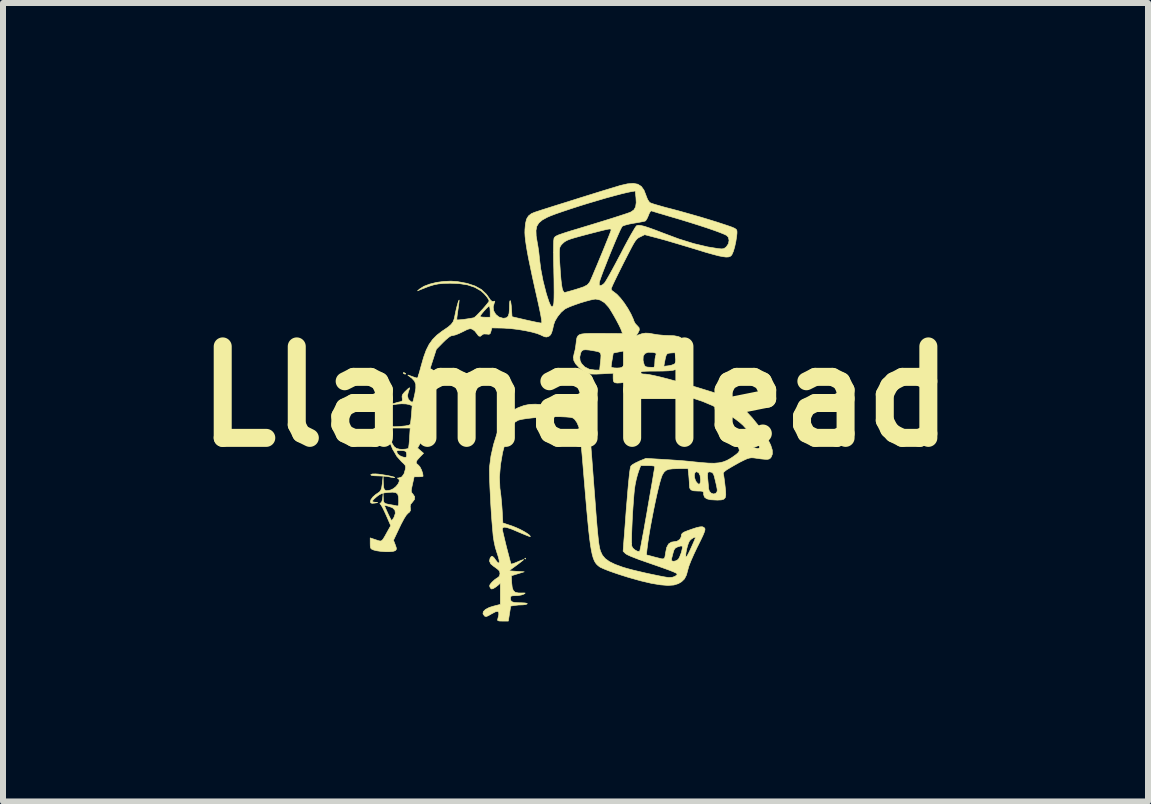
<source format=kicad_pcb>
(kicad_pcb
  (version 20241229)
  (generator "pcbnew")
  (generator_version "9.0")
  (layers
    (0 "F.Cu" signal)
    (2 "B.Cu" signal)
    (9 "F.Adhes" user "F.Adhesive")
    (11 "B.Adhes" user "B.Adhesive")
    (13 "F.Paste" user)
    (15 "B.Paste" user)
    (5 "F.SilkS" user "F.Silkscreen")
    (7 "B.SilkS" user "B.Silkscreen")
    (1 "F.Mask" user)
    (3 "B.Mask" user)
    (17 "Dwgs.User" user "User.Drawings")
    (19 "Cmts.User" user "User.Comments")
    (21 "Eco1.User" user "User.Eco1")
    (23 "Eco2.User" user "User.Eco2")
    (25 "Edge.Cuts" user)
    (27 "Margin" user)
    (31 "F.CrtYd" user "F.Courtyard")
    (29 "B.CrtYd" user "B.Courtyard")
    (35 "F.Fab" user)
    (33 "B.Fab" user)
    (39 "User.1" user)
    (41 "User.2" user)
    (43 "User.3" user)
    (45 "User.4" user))
  (footprint "LlamaHead"
    (layer "F.Cu")
    (at 6.539 3.556)
    (property "Reference" "LlamaHead" (at 0 0 0) (layer "F.SilkS") (effects (font (size 1.524 1.524) (thickness 0.3))))
    (attr through_hole)
    (fp_poly (pts (xy -3.175 0.185) (xy -3.182 0.189) (xy -3.175 0.181) (xy -3.175 0.185)) (stroke (width 0.01) (type solid)) (fill yes) (layer "F.SilkS"))
    (fp_poly (pts (xy -3.353 0.618) (xy -3.361 0.627) (xy -3.37 0.618) (xy -3.361 0.61) (xy -3.353 0.618)) (stroke (width 0.01) (type solid)) (fill yes) (layer "F.SilkS"))
    (fp_poly (pts (xy -3.319 0.601) (xy -3.327 0.61) (xy -3.336 0.601) (xy -3.327 0.593) (xy -3.319 0.601)) (stroke (width 0.01) (type solid)) (fill yes) (layer "F.SilkS"))
    (fp_poly (pts (xy -0.83 2.701) (xy -0.838 2.709) (xy -0.847 2.701) (xy -0.838 2.692) (xy -0.83 2.701)) (stroke (width 0.01) (type solid)) (fill yes) (layer "F.SilkS"))
    (fp_poly (pts (xy -2.854 -0.396) (xy -2.83 -0.382) (xy -2.834 -0.373) (xy -2.844 -0.373) (xy -2.867 -0.385) (xy -2.87 -0.389) (xy -2.867 -0.399) (xy -2.854 -0.396)) (stroke (width 0.01) (type solid)) (fill yes) (layer "F.SilkS"))
    (fp_poly (pts (xy -3.24 0.566) (xy -3.251 0.576) (xy -3.282 0.59) (xy -3.294 0.592) (xy -3.297 0.585) (xy -3.285 0.576) (xy -3.254 0.561) (xy -3.243 0.559) (xy -3.24 0.566)) (stroke (width 0.01) (type solid)) (fill yes) (layer "F.SilkS"))
    (fp_poly (pts (xy -3.255 0.279) (xy -3.296 0.325) (xy -3.324 0.352) (xy -3.337 0.358) (xy -3.332 0.344) (xy -3.307 0.306) (xy -3.298 0.294) (xy -3.21 0.206) (xy -3.182 0.189) (xy -3.255 0.279)) (stroke (width 0.01) (type solid)) (fill yes) (layer "F.SilkS"))
    (fp_poly (pts (xy -3.287 1.293) (xy -3.234 1.3) (xy -3.175 1.31) (xy -3.117 1.32) (xy -3.066 1.331) (xy -3.029 1.341) (xy -3.012 1.348) (xy -3.021 1.351) (xy -3.023 1.351) (xy -3.064 1.347) (xy -3.107 1.338) (xy -3.149 1.331) (xy -3.212 1.326) (xy -3.283 1.323) (xy -3.29 1.323) (xy -3.361 1.32) (xy -3.401 1.314) (xy -3.412 1.304) (xy -3.411 1.302) (xy -3.387 1.291) (xy -3.332 1.29) (xy -3.287 1.293)) (stroke (width 0.01) (type solid)) (fill yes) (layer "F.SilkS"))
    (fp_poly (pts (xy 1.037 -3.537) (xy 1.096 -3.5) (xy 1.14 -3.439) (xy 1.174 -3.352) (xy 1.175 -3.348) (xy 1.201 -3.282) (xy 1.231 -3.238) (xy 1.24 -3.23) (xy 1.268 -3.218) (xy 1.323 -3.2) (xy 1.4 -3.178) (xy 1.491 -3.152) (xy 1.592 -3.126) (xy 1.592 -3.126) (xy 1.706 -3.096) (xy 1.831 -3.061) (xy 1.962 -3.024) (xy 2.094 -2.986) (xy 2.222 -2.947) (xy 2.342 -2.91) (xy 2.449 -2.875) (xy 2.54 -2.845) (xy 2.608 -2.821) (xy 2.649 -2.803) (xy 2.656 -2.799) (xy 2.679 -2.782) (xy 2.689 -2.76) (xy 2.69 -2.724) (xy 2.685 -2.674) (xy 2.671 -2.582) (xy 2.652 -2.494) (xy 2.63 -2.419) (xy 2.607 -2.366) (xy 2.596 -2.35) (xy 2.576 -2.334) (xy 2.547 -2.325) (xy 2.508 -2.323) (xy 2.454 -2.33) (xy 2.382 -2.344) (xy 2.288 -2.369) (xy 2.17 -2.402) (xy 2.024 -2.447) (xy 1.992 -2.457) (xy 1.862 -2.496) (xy 1.732 -2.535) (xy 1.607 -2.572) (xy 1.495 -2.605) (xy 1.403 -2.63) (xy 1.351 -2.644) (xy 1.152 -2.696) (xy 1.077 -2.659) (xy 1.054 -2.648) (xy 1.034 -2.634) (xy 1.015 -2.615) (xy 0.993 -2.587) (xy 0.968 -2.547) (xy 0.936 -2.489) (xy 0.896 -2.412) (xy 0.844 -2.311) (xy 0.797 -2.219) (xy 0.743 -2.111) (xy 0.694 -2.012) (xy 0.652 -1.926) (xy 0.62 -1.858) (xy 0.6 -1.811) (xy 0.593 -1.791) (xy 0.606 -1.766) (xy 0.637 -1.743) (xy 0.689 -1.703) (xy 0.749 -1.639) (xy 0.811 -1.559) (xy 0.871 -1.468) (xy 0.923 -1.375) (xy 0.963 -1.287) (xy 0.974 -1.254) (xy 0.997 -1.212) (xy 1.027 -1.181) (xy 1.059 -1.145) (xy 1.063 -1.107) (xy 1.04 -1.058) (xy 1.037 -1.054) (xy 1.018 -1.024) (xy 1.019 -1.015) (xy 1.04 -1.022) (xy 1.041 -1.023) (xy 1.109 -1.047) (xy 1.167 -1.056) (xy 1.23 -1.053) (xy 1.294 -1.041) (xy 1.375 -1.028) (xy 1.468 -1.019) (xy 1.549 -1.016) (xy 1.644 -1.012) (xy 1.712 -0.999) (xy 1.744 -0.986) (xy 1.801 -0.944) (xy 1.835 -0.889) (xy 1.845 -0.831) (xy 1.827 -0.776) (xy 1.803 -0.748) (xy 1.768 -0.698) (xy 1.761 -0.656) (xy 1.756 -0.602) (xy 1.744 -0.542) (xy 1.743 -0.536) (xy 1.729 -0.498) (xy 1.707 -0.47) (xy 1.673 -0.45) (xy 1.622 -0.436) (xy 1.55 -0.428) (xy 1.453 -0.424) (xy 1.347 -0.423) (xy 1.245 -0.423) (xy 1.173 -0.421) (xy 1.126 -0.418) (xy 1.098 -0.413) (xy 1.086 -0.405) (xy 1.084 -0.398) (xy 1.093 -0.381) (xy 1.126 -0.374) (xy 1.163 -0.373) (xy 1.216 -0.367) (xy 1.298 -0.351) (xy 1.407 -0.326) (xy 1.54 -0.292) (xy 1.695 -0.249) (xy 1.87 -0.198) (xy 2.061 -0.141) (xy 2.232 -0.088) (xy 2.643 0.04) (xy 2.785 0.185) (xy 2.942 0.354) (xy 3.073 0.516) (xy 3.177 0.667) (xy 3.201 0.708) (xy 3.252 0.81) (xy 3.278 0.892) (xy 3.28 0.959) (xy 3.26 1.009) (xy 3.245 1.028) (xy 3.226 1.041) (xy 3.198 1.047) (xy 3.155 1.046) (xy 3.09 1.04) (xy 3 1.027) (xy 2.97 1.023) (xy 2.936 1.021) (xy 2.901 1.025) (xy 2.859 1.037) (xy 2.806 1.061) (xy 2.736 1.096) (xy 2.645 1.147) (xy 2.586 1.181) (xy 2.518 1.222) (xy 2.478 1.253) (xy 2.462 1.275) (xy 2.462 1.285) (xy 2.468 1.313) (xy 2.476 1.366) (xy 2.485 1.435) (xy 2.49 1.479) (xy 2.501 1.574) (xy 2.503 1.642) (xy 2.494 1.686) (xy 2.47 1.711) (xy 2.429 1.723) (xy 2.366 1.726) (xy 2.336 1.725) (xy 2.246 1.72) (xy 2.185 1.704) (xy 2.149 1.677) (xy 2.134 1.634) (xy 2.134 1.617) (xy 2.131 1.593) (xy 2.119 1.581) (xy 2.089 1.576) (xy 2.035 1.575) (xy 1.966 1.571) (xy 1.924 1.556) (xy 1.902 1.525) (xy 1.897 1.475) (xy 1.897 1.472) (xy 1.895 1.421) (xy 1.89 1.353) (xy 1.886 1.306) (xy 1.885 1.302) (xy 1.98 1.302) (xy 1.983 1.35) (xy 1.998 1.399) (xy 2.016 1.429) (xy 2.048 1.46) (xy 2.069 1.459) (xy 2.081 1.425) (xy 2.083 1.386) (xy 2.075 1.315) (xy 2.066 1.296) (xy 2.198 1.296) (xy 2.201 1.353) (xy 2.204 1.383) (xy 2.21 1.448) (xy 2.215 1.503) (xy 2.217 1.535) (xy 2.23 1.579) (xy 2.26 1.61) (xy 2.297 1.624) (xy 2.333 1.617) (xy 2.351 1.598) (xy 2.358 1.583) (xy 2.361 1.568) (xy 2.36 1.545) (xy 2.353 1.507) (xy 2.34 1.448) (xy 2.327 1.393) (xy 2.311 1.327) (xy 2.296 1.288) (xy 2.278 1.268) (xy 2.26 1.26) (xy 2.225 1.255) (xy 2.206 1.265) (xy 2.198 1.296) (xy 2.066 1.296) (xy 2.052 1.27) (xy 2.016 1.253) (xy 2.014 1.253) (xy 1.991 1.267) (xy 1.98 1.302) (xy 1.885 1.302) (xy 1.875 1.202) (xy 1.712 1.202) (xy 1.62 1.205) (xy 1.554 1.213) (xy 1.508 1.231) (xy 1.475 1.261) (xy 1.447 1.305) (xy 1.446 1.307) (xy 1.429 1.352) (xy 1.407 1.425) (xy 1.382 1.521) (xy 1.355 1.636) (xy 1.327 1.765) (xy 1.299 1.901) (xy 1.272 2.041) (xy 1.246 2.178) (xy 1.224 2.309) (xy 1.206 2.428) (xy 1.193 2.53) (xy 1.192 2.535) (xy 1.181 2.639) (xy 1.255 2.658) (xy 1.317 2.675) (xy 1.377 2.69) (xy 1.389 2.693) (xy 1.441 2.706) (xy 1.472 2.703) (xy 1.488 2.68) (xy 1.497 2.632) (xy 1.5 2.607) (xy 1.518 2.517) (xy 1.55 2.457) (xy 1.596 2.427) (xy 1.632 2.421) (xy 1.692 2.411) (xy 1.737 2.382) (xy 1.76 2.341) (xy 1.761 2.329) (xy 1.764 2.302) (xy 1.778 2.28) (xy 1.807 2.26) (xy 1.858 2.239) (xy 1.933 2.212) (xy 2.015 2.185) (xy 2.073 2.172) (xy 2.112 2.17) (xy 2.138 2.181) (xy 2.151 2.194) (xy 2.157 2.207) (xy 2.155 2.229) (xy 2.144 2.264) (xy 2.123 2.315) (xy 2.089 2.387) (xy 2.041 2.484) (xy 2.034 2.497) (xy 1.972 2.627) (xy 1.923 2.738) (xy 1.888 2.828) (xy 1.872 2.885) (xy 1.848 2.974) (xy 1.815 3.039) (xy 1.767 3.086) (xy 1.713 3.118) (xy 1.639 3.141) (xy 1.539 3.148) (xy 1.415 3.138) (xy 1.264 3.113) (xy 1.085 3.071) (xy 0.879 3.013) (xy 0.727 2.965) (xy 0.633 2.933) (xy 0.546 2.902) (xy 0.474 2.873) (xy 0.423 2.85) (xy 0.406 2.841) (xy 0.378 2.82) (xy 0.353 2.797) (xy 0.331 2.769) (xy 0.312 2.734) (xy 0.294 2.688) (xy 0.278 2.631) (xy 0.263 2.559) (xy 0.248 2.47) (xy 0.234 2.361) (xy 0.219 2.23) (xy 0.204 2.075) (xy 0.187 1.893) (xy 0.169 1.682) (xy 0.152 1.482) (xy 0.138 1.316) (xy 0.125 1.159) (xy 0.113 1.014) (xy 0.101 0.884) (xy 0.092 0.773) (xy 0.084 0.685) (xy 0.078 0.624) (xy 0.074 0.593) (xy 0.056 0.511) (xy 0.026 0.438) (xy -0.011 0.384) (xy -0.043 0.358) (xy -0.087 0.347) (xy -0.159 0.341) (xy -0.251 0.337) (xy -0.357 0.337) (xy -0.472 0.341) (xy -0.589 0.347) (xy -0.701 0.355) (xy -0.802 0.366) (xy -0.886 0.379) (xy -0.947 0.393) (xy -0.959 0.398) (xy -1.008 0.427) (xy -1.051 0.475) (xy -1.091 0.546) (xy -1.131 0.644) (xy -1.157 0.72) (xy -1.215 0.932) (xy -1.251 1.142) (xy -1.267 1.342) (xy -1.26 1.527) (xy -1.251 1.592) (xy -1.243 1.655) (xy -1.235 1.739) (xy -1.227 1.833) (xy -1.222 1.904) (xy -1.211 2.107) (xy -1.057 2.158) (xy -0.991 2.184) (xy -0.923 2.215) (xy -0.859 2.249) (xy -0.805 2.282) (xy -0.768 2.31) (xy -0.753 2.33) (xy -0.754 2.335) (xy -0.771 2.331) (xy -0.813 2.315) (xy -0.874 2.29) (xy -0.948 2.259) (xy -0.964 2.252) (xy -1.06 2.211) (xy -1.131 2.187) (xy -1.178 2.177) (xy -1.206 2.182) (xy -1.218 2.2) (xy -1.219 2.212) (xy -1.215 2.236) (xy -1.204 2.285) (xy -1.188 2.352) (xy -1.169 2.432) (xy -1.148 2.517) (xy -1.126 2.601) (xy -1.106 2.677) (xy -1.09 2.739) (xy -1.078 2.779) (xy -1.073 2.792) (xy -1.056 2.789) (xy -1.017 2.776) (xy -0.966 2.755) (xy -0.914 2.733) (xy -0.877 2.72) (xy -0.864 2.717) (xy -0.876 2.729) (xy -0.91 2.756) (xy -0.959 2.794) (xy -0.986 2.814) (xy -1.109 2.904) (xy -0.982 2.913) (xy -0.855 2.921) (xy -0.963 2.954) (xy -1.07 2.987) (xy -1.064 3.102) (xy -1.055 3.182) (xy -1.037 3.233) (xy -1.005 3.262) (xy -0.955 3.273) (xy -0.91 3.274) (xy -0.86 3.273) (xy -0.84 3.275) (xy -0.845 3.283) (xy -0.864 3.294) (xy -0.905 3.308) (xy -0.964 3.317) (xy -0.995 3.318) (xy -1.047 3.32) (xy -1.073 3.326) (xy -1.082 3.342) (xy -1.084 3.368) (xy -1.079 3.399) (xy -1.061 3.419) (xy -1.025 3.431) (xy -0.965 3.436) (xy -0.901 3.437) (xy -0.841 3.44) (xy -0.808 3.447) (xy -0.804 3.454) (xy -0.826 3.465) (xy -0.869 3.471) (xy -0.886 3.472) (xy -0.949 3.474) (xy -1.011 3.481) (xy -1.018 3.482) (xy -1.08 3.492) (xy -1.12 3.742) (xy -1.213 3.742) (xy -1.266 3.741) (xy -1.293 3.735) (xy -1.299 3.723) (xy -1.297 3.713) (xy -1.279 3.64) (xy -1.279 3.596) (xy -1.297 3.579) (xy -1.336 3.588) (xy -1.398 3.621) (xy -1.404 3.624) (xy -1.456 3.654) (xy -1.488 3.666) (xy -1.51 3.661) (xy -1.516 3.657) (xy -1.542 3.621) (xy -1.536 3.584) (xy -1.5 3.548) (xy -1.437 3.515) (xy -1.37 3.494) (xy -1.253 3.464) (xy -1.253 3.11) (xy -1.291 3.145) (xy -1.333 3.177) (xy -1.367 3.198) (xy -1.397 3.208) (xy -1.417 3.193) (xy -1.423 3.182) (xy -1.432 3.156) (xy -1.423 3.131) (xy -1.394 3.096) (xy -1.387 3.089) (xy -1.347 3.052) (xy -1.311 3.027) (xy -1.301 3.022) (xy -1.271 2.997) (xy -1.258 2.956) (xy -1.264 2.914) (xy -1.272 2.902) (xy -1.301 2.875) (xy -1.344 2.843) (xy -1.357 2.835) (xy -1.412 2.789) (xy -1.434 2.741) (xy -1.423 2.693) (xy -1.403 2.665) (xy -1.382 2.664) (xy -1.355 2.69) (xy -1.336 2.718) (xy -1.301 2.762) (xy -1.279 2.776) (xy -1.27 2.762) (xy -1.274 2.721) (xy -1.292 2.655) (xy -1.313 2.591) (xy -1.337 2.513) (xy -1.357 2.42) (xy -1.371 2.331) (xy -1.372 2.323) (xy -1.382 2.209) (xy -1.393 2.08) (xy -1.403 1.941) (xy -1.412 1.798) (xy -1.419 1.656) (xy -1.426 1.522) (xy -1.431 1.399) (xy -1.433 1.295) (xy -1.434 1.214) (xy -1.432 1.168) (xy -1.409 0.992) (xy -1.366 0.801) (xy -1.305 0.605) (xy -1.23 0.416) (xy -1.227 0.407) (xy -1.199 0.351) (xy -1.172 0.313) (xy -1.134 0.282) (xy -1.075 0.248) (xy -1.072 0.246) (xy -0.957 0.187) (xy -0.857 0.15) (xy -0.764 0.131) (xy -0.669 0.128) (xy -0.635 0.13) (xy -0.567 0.132) (xy -0.478 0.131) (xy -0.378 0.126) (xy -0.281 0.119) (xy -0.056 0.097) (xy 0.03 0.144) (xy 0.108 0.19) (xy 0.16 0.236) (xy 0.192 0.289) (xy 0.212 0.36) (xy 0.22 0.416) (xy 0.225 0.46) (xy 0.231 0.534) (xy 0.24 0.634) (xy 0.25 0.756) (xy 0.261 0.895) (xy 0.273 1.047) (xy 0.285 1.209) (xy 0.296 1.355) (xy 0.313 1.579) (xy 0.328 1.772) (xy 0.34 1.936) (xy 0.351 2.075) (xy 0.361 2.191) (xy 0.37 2.285) (xy 0.378 2.362) (xy 0.385 2.424) (xy 0.392 2.473) (xy 0.399 2.512) (xy 0.406 2.543) (xy 0.414 2.57) (xy 0.416 2.578) (xy 0.447 2.644) (xy 0.495 2.701) (xy 0.564 2.751) (xy 0.658 2.797) (xy 0.781 2.842) (xy 0.806 2.85) (xy 0.872 2.869) (xy 0.958 2.892) (xy 1.059 2.916) (xy 1.166 2.941) (xy 1.274 2.964) (xy 1.375 2.985) (xy 1.461 3.002) (xy 1.527 3.013) (xy 1.558 3.016) (xy 1.614 3.012) (xy 1.661 2.995) (xy 1.69 2.97) (xy 1.693 2.956) (xy 1.677 2.943) (xy 1.63 2.921) (xy 1.554 2.891) (xy 1.449 2.853) (xy 1.318 2.807) (xy 1.283 2.795) (xy 1.134 2.743) (xy 1.052 2.714) (xy 1.597 2.714) (xy 1.602 2.737) (xy 1.628 2.746) (xy 1.663 2.741) (xy 1.698 2.724) (xy 1.72 2.702) (xy 1.74 2.661) (xy 1.746 2.644) (xy 1.836 2.644) (xy 1.839 2.672) (xy 1.844 2.675) (xy 1.856 2.661) (xy 1.878 2.622) (xy 1.906 2.565) (xy 1.927 2.519) (xy 1.957 2.452) (xy 1.981 2.396) (xy 1.995 2.36) (xy 1.998 2.349) (xy 1.987 2.345) (xy 1.96 2.356) (xy 1.928 2.377) (xy 1.902 2.402) (xy 1.901 2.403) (xy 1.884 2.436) (xy 1.867 2.485) (xy 1.852 2.542) (xy 1.841 2.598) (xy 1.836 2.644) (xy 1.746 2.644) (xy 1.761 2.604) (xy 1.769 2.575) (xy 1.781 2.521) (xy 1.778 2.494) (xy 1.754 2.49) (xy 1.705 2.505) (xy 1.698 2.507) (xy 1.663 2.525) (xy 1.641 2.556) (xy 1.626 2.604) (xy 1.612 2.658) (xy 1.6 2.702) (xy 1.597 2.714) (xy 1.052 2.714) (xy 1.013 2.699) (xy 0.921 2.663) (xy 0.86 2.635) (xy 0.832 2.617) (xy 0.793 2.578) (xy 0.807 2.384) (xy 0.934 2.384) (xy 0.934 2.451) (xy 0.937 2.491) (xy 0.938 2.495) (xy 0.957 2.528) (xy 0.991 2.557) (xy 1.029 2.578) (xy 1.06 2.582) (xy 1.069 2.577) (xy 1.074 2.558) (xy 1.085 2.51) (xy 1.099 2.435) (xy 1.117 2.337) (xy 1.139 2.221) (xy 1.162 2.088) (xy 1.188 1.944) (xy 1.2 1.871) (xy 1.226 1.722) (xy 1.25 1.583) (xy 1.272 1.458) (xy 1.29 1.351) (xy 1.304 1.265) (xy 1.315 1.203) (xy 1.32 1.169) (xy 1.321 1.164) (xy 1.305 1.158) (xy 1.265 1.153) (xy 1.207 1.151) (xy 1.203 1.151) (xy 1.086 1.151) (xy 1.051 1.245) (xy 1.031 1.308) (xy 1.01 1.389) (xy 0.993 1.472) (xy 0.991 1.485) (xy 0.982 1.544) (xy 0.974 1.626) (xy 0.966 1.726) (xy 0.958 1.838) (xy 0.95 1.957) (xy 0.944 2.076) (xy 0.939 2.191) (xy 0.935 2.296) (xy 0.934 2.384) (xy 0.807 2.384) (xy 0.812 2.326) (xy 0.83 2.089) (xy 0.845 1.883) (xy 0.86 1.707) (xy 0.872 1.56) (xy 0.883 1.438) (xy 0.893 1.341) (xy 0.901 1.267) (xy 0.909 1.213) (xy 0.916 1.178) (xy 0.922 1.16) (xy 0.922 1.16) (xy 0.948 1.136) (xy 0.996 1.108) (xy 1.055 1.08) (xy 1.058 1.078) (xy 1.173 1.031) (xy 1.488 1.05) (xy 1.6 1.057) (xy 1.713 1.065) (xy 1.816 1.073) (xy 1.901 1.081) (xy 1.947 1.086) (xy 2.095 1.101) (xy 2.214 1.11) (xy 2.311 1.112) (xy 2.391 1.105) (xy 2.459 1.09) (xy 2.521 1.066) (xy 2.582 1.032) (xy 2.624 1.004) (xy 2.68 0.963) (xy 2.715 0.931) (xy 2.729 0.901) (xy 2.722 0.866) (xy 2.693 0.819) (xy 2.645 0.753) (xy 2.634 0.738) (xy 2.584 0.671) (xy 2.552 0.623) (xy 2.535 0.589) (xy 2.53 0.562) (xy 2.533 0.536) (xy 2.541 0.498) (xy 2.547 0.479) (xy 2.547 0.479) (xy 2.563 0.481) (xy 2.6 0.491) (xy 2.611 0.494) (xy 2.66 0.518) (xy 2.693 0.559) (xy 2.702 0.579) (xy 2.734 0.629) (xy 2.784 0.688) (xy 2.846 0.75) (xy 2.91 0.805) (xy 2.966 0.845) (xy 2.988 0.856) (xy 3.035 0.868) (xy 3.06 0.86) (xy 3.067 0.844) (xy 3.054 0.816) (xy 3.02 0.771) (xy 3.008 0.756) (xy 2.96 0.696) (xy 2.911 0.632) (xy 2.883 0.593) (xy 2.839 0.533) (xy 2.79 0.479) (xy 2.731 0.427) (xy 2.657 0.371) (xy 2.562 0.309) (xy 2.443 0.237) (xy 2.43 0.229) (xy 2.284 0.152) (xy 2.118 0.082) (xy 1.929 0.019) (xy 1.712 -0.039) (xy 1.507 -0.085) (xy 1.413 -0.106) (xy 1.328 -0.125) (xy 1.259 -0.143) (xy 1.212 -0.158) (xy 1.199 -0.163) (xy 1.129 -0.185) (xy 1.063 -0.177) (xy 0.994 -0.136) (xy 0.982 -0.127) (xy 0.936 -0.09) (xy 0.907 -0.072) (xy 0.888 -0.072) (xy 0.869 -0.086) (xy 0.867 -0.088) (xy 0.848 -0.127) (xy 0.86 -0.169) (xy 0.892 -0.202) (xy 0.919 -0.228) (xy 0.928 -0.246) (xy 0.927 -0.247) (xy 0.907 -0.249) (xy 0.863 -0.244) (xy 0.815 -0.236) (xy 0.753 -0.227) (xy 0.698 -0.224) (xy 0.67 -0.227) (xy 0.643 -0.238) (xy 0.63 -0.26) (xy 0.627 -0.303) (xy 0.627 -0.313) (xy 0.627 -0.388) (xy 0.451 -0.378) (xy 0.345 -0.373) (xy 0.266 -0.374) (xy 0.205 -0.384) (xy 0.155 -0.403) (xy 0.11 -0.434) (xy 0.061 -0.478) (xy 0.057 -0.483) (xy 0.001 -0.545) (xy -0.028 -0.598) (xy -0.035 -0.654) (xy -0.035 -0.656) (xy 0.07 -0.656) (xy 0.076 -0.598) (xy 0.099 -0.549) (xy 0.154 -0.492) (xy 0.23 -0.454) (xy 0.323 -0.441) (xy 0.324 -0.441) (xy 0.402 -0.44) (xy 0.403 -0.457) (xy 0.901 -0.457) (xy 0.912 -0.444) (xy 0.946 -0.44) (xy 0.962 -0.44) (xy 1.028 -0.44) (xy 1.04 -0.553) (xy 1.043 -0.605) (xy 1.125 -0.605) (xy 1.134 -0.562) (xy 1.148 -0.518) (xy 1.167 -0.497) (xy 1.204 -0.489) (xy 1.224 -0.488) (xy 1.271 -0.486) (xy 1.303 -0.487) (xy 1.308 -0.488) (xy 1.315 -0.503) (xy 1.471 -0.503) (xy 1.55 -0.512) (xy 1.603 -0.523) (xy 1.645 -0.54) (xy 1.655 -0.547) (xy 1.671 -0.574) (xy 1.673 -0.617) (xy 1.669 -0.651) (xy 1.657 -0.73) (xy 1.587 -0.725) (xy 1.551 -0.721) (xy 1.527 -0.711) (xy 1.511 -0.688) (xy 1.498 -0.646) (xy 1.485 -0.578) (xy 1.483 -0.569) (xy 1.471 -0.503) (xy 1.315 -0.503) (xy 1.316 -0.506) (xy 1.32 -0.547) (xy 1.321 -0.567) (xy 1.324 -0.624) (xy 1.333 -0.673) (xy 1.337 -0.683) (xy 1.344 -0.71) (xy 1.334 -0.724) (xy 1.298 -0.733) (xy 1.287 -0.735) (xy 1.209 -0.737) (xy 1.156 -0.716) (xy 1.128 -0.671) (xy 1.125 -0.605) (xy 1.043 -0.605) (xy 1.044 -0.612) (xy 1.043 -0.656) (xy 1.037 -0.676) (xy 1.02 -0.696) (xy 0.994 -0.732) (xy 0.988 -0.743) (xy 0.952 -0.801) (xy 0.943 -0.752) (xy 0.935 -0.705) (xy 0.927 -0.644) (xy 0.923 -0.618) (xy 0.915 -0.558) (xy 0.907 -0.504) (xy 0.904 -0.487) (xy 0.901 -0.457) (xy 0.403 -0.457) (xy 0.407 -0.494) (xy 0.593 -0.494) (xy 0.608 -0.483) (xy 0.645 -0.476) (xy 0.693 -0.474) (xy 0.74 -0.477) (xy 0.77 -0.485) (xy 0.797 -0.506) (xy 0.822 -0.543) (xy 0.834 -0.581) (xy 0.843 -0.631) (xy 0.846 -0.684) (xy 0.845 -0.73) (xy 0.838 -0.758) (xy 0.833 -0.762) (xy 0.809 -0.759) (xy 0.764 -0.751) (xy 0.724 -0.743) (xy 0.629 -0.724) (xy 0.611 -0.619) (xy 0.601 -0.561) (xy 0.595 -0.515) (xy 0.593 -0.494) (xy 0.407 -0.494) (xy 0.412 -0.544) (xy 0.421 -0.627) (xy 0.424 -0.683) (xy 0.418 -0.717) (xy 0.401 -0.737) (xy 0.37 -0.748) (xy 0.322 -0.758) (xy 0.316 -0.759) (xy 0.228 -0.774) (xy 0.168 -0.779) (xy 0.129 -0.775) (xy 0.104 -0.759) (xy 0.089 -0.732) (xy 0.086 -0.726) (xy 0.07 -0.656) (xy -0.035 -0.656) (xy -0.022 -0.72) (xy -0.017 -0.735) (xy -0.006 -0.782) (xy 0.004 -0.845) (xy 0.009 -0.884) (xy 0.015 -0.937) (xy 0.023 -0.978) (xy 0.038 -1.007) (xy 0.063 -1.028) (xy 0.103 -1.041) (xy 0.162 -1.048) (xy 0.244 -1.051) (xy 0.353 -1.051) (xy 0.429 -1.051) (xy 0.782 -1.049) (xy 0.77 -1.087) (xy 0.753 -1.129) (xy 0.723 -1.192) (xy 0.684 -1.266) (xy 0.641 -1.343) (xy 0.598 -1.416) (xy 0.561 -1.475) (xy 0.548 -1.492) (xy 0.483 -1.563) (xy 0.411 -1.607) (xy 0.337 -1.623) (xy 0.316 -1.621) (xy 0.25 -1.608) (xy 0.168 -1.586) (xy 0.078 -1.559) (xy -0.011 -1.528) (xy -0.091 -1.498) (xy -0.153 -1.47) (xy -0.18 -1.455) (xy -0.242 -1.401) (xy -0.299 -1.33) (xy -0.343 -1.256) (xy -0.364 -1.197) (xy -0.382 -1.116) (xy -0.398 -1.063) (xy -0.415 -1.029) (xy -0.436 -1.009) (xy -0.451 -1.001) (xy -0.482 -0.991) (xy -0.514 -0.995) (xy -0.558 -1.014) (xy -0.575 -1.023) (xy -0.64 -1.049) (xy -0.731 -1.074) (xy -0.839 -1.097) (xy -0.958 -1.117) (xy -1.078 -1.131) (xy -1.191 -1.139) (xy -1.226 -1.14) (xy -1.394 -1.143) (xy -1.409 -1.086) (xy -1.422 -1.049) (xy -1.441 -1.036) (xy -1.48 -1.04) (xy -1.48 -1.04) (xy -1.53 -1.042) (xy -1.558 -1.025) (xy -1.588 -1.002) (xy -1.616 -1.01) (xy -1.646 -1.05) (xy -1.679 -1.092) (xy -1.718 -1.12) (xy -1.744 -1.129) (xy -1.772 -1.127) (xy -1.811 -1.113) (xy -1.869 -1.084) (xy -1.881 -1.078) (xy -1.944 -1.048) (xy -2.001 -1.026) (xy -2.042 -1.016) (xy -2.046 -1.016) (xy -2.077 -1.009) (xy -2.116 -0.984) (xy -2.168 -0.939) (xy -2.206 -0.902) (xy -2.319 -0.787) (xy -2.404 -0.525) (xy -2.433 -0.433) (xy -2.458 -0.349) (xy -2.476 -0.28) (xy -2.487 -0.232) (xy -2.489 -0.217) (xy -2.479 -0.178) (xy -2.445 -0.137) (xy -2.42 -0.115) (xy -2.362 -0.06) (xy -2.332 -0.01) (xy -2.331 0.032) (xy -2.339 0.045) (xy -2.357 0.058) (xy -2.379 0.049) (xy -2.399 0.032) (xy -2.433 -0.012) (xy -2.459 -0.062) (xy -2.48 -0.106) (xy -2.499 -0.117) (xy -2.515 -0.095) (xy -2.528 -0.041) (xy -2.532 -0.009) (xy -2.538 0.065) (xy -2.535 0.112) (xy -2.52 0.139) (xy -2.491 0.152) (xy -2.461 0.156) (xy -2.417 0.163) (xy -2.397 0.179) (xy -2.391 0.204) (xy -2.394 0.234) (xy -2.415 0.267) (xy -2.458 0.308) (xy -2.469 0.317) (xy -2.517 0.363) (xy -2.556 0.41) (xy -2.574 0.44) (xy -2.586 0.479) (xy -2.579 0.506) (xy -2.559 0.531) (xy -2.531 0.577) (xy -2.527 0.631) (xy -2.547 0.699) (xy -2.577 0.761) (xy -2.632 0.859) (xy -2.582 0.903) (xy -2.532 0.946) (xy -2.595 1.011) (xy -2.638 1.059) (xy -2.655 1.092) (xy -2.648 1.118) (xy -2.619 1.143) (xy -2.618 1.143) (xy -2.591 1.175) (xy -2.565 1.226) (xy -2.546 1.283) (xy -2.54 1.328) (xy -2.555 1.334) (xy -2.593 1.337) (xy -2.615 1.338) (xy -2.689 1.338) (xy -2.717 1.464) (xy -2.731 1.528) (xy -2.737 1.568) (xy -2.734 1.593) (xy -2.723 1.611) (xy -2.71 1.625) (xy -2.68 1.67) (xy -2.683 1.715) (xy -2.719 1.762) (xy -2.749 1.798) (xy -2.755 1.837) (xy -2.752 1.857) (xy -2.75 1.899) (xy -2.767 1.927) (xy -2.787 1.942) (xy -2.818 1.974) (xy -2.857 2.035) (xy -2.906 2.127) (xy -2.933 2.183) (xy -3.033 2.395) (xy -3.004 2.47) (xy -2.988 2.516) (xy -2.984 2.542) (xy -2.994 2.559) (xy -3.007 2.57) (xy -3.042 2.581) (xy -3.099 2.586) (xy -3.171 2.586) (xy -3.246 2.58) (xy -3.316 2.57) (xy -3.365 2.557) (xy -3.397 2.543) (xy -3.414 2.525) (xy -3.42 2.491) (xy -3.421 2.446) (xy -3.421 2.356) (xy -3.328 2.387) (xy -3.284 2.402) (xy -3.253 2.409) (xy -3.23 2.402) (xy -3.207 2.378) (xy -3.179 2.332) (xy -3.142 2.265) (xy -3.079 2.152) (xy -3.151 1.986) (xy -3.183 1.916) (xy -3.212 1.856) (xy -3.232 1.821) (xy -3.182 1.821) (xy -3.181 1.824) (xy -3.154 1.887) (xy -3.125 1.951) (xy -3.098 2.007) (xy -3.077 2.048) (xy -3.065 2.066) (xy -3.064 2.066) (xy -3.05 2.052) (xy -3.028 2.019) (xy -3.023 2.009) (xy -3.002 1.946) (xy -3.009 1.894) (xy -3.045 1.857) (xy -3.06 1.849) (xy -3.127 1.826) (xy -3.168 1.816) (xy -3.182 1.821) (xy -3.232 1.821) (xy -3.235 1.815) (xy -3.246 1.801) (xy -3.26 1.784) (xy -3.245 1.773) (xy -3.244 1.772) (xy -3.226 1.749) (xy -3.214 1.702) (xy -3.213 1.69) (xy -3.206 1.617) (xy -3.203 1.696) (xy -3.2 1.741) (xy -3.19 1.768) (xy -3.166 1.785) (xy -3.12 1.796) (xy -3.073 1.804) (xy -3.022 1.813) (xy -2.982 1.822) (xy -2.976 1.823) (xy -2.959 1.823) (xy -2.95 1.807) (xy -2.947 1.768) (xy -2.946 1.74) (xy -2.95 1.669) (xy -2.964 1.624) (xy -2.995 1.601) (xy -3.048 1.594) (xy -3.116 1.598) (xy -3.186 1.606) (xy -3.235 1.619) (xy -3.276 1.641) (xy -3.313 1.669) (xy -3.354 1.705) (xy -3.38 1.734) (xy -3.387 1.745) (xy -3.372 1.757) (xy -3.336 1.763) (xy -3.332 1.763) (xy -3.3 1.765) (xy -3.297 1.768) (xy -3.326 1.773) (xy -3.344 1.776) (xy -3.389 1.78) (xy -3.41 1.773) (xy -3.418 1.755) (xy -3.409 1.719) (xy -3.377 1.675) (xy -3.328 1.632) (xy -3.298 1.612) (xy -3.265 1.589) (xy -3.244 1.561) (xy -3.23 1.52) (xy -3.22 1.457) (xy -3.217 1.431) (xy -3.206 1.329) (xy -3.203 1.442) (xy -3.198 1.511) (xy -3.185 1.552) (xy -3.158 1.569) (xy -3.113 1.565) (xy -3.081 1.558) (xy -3.035 1.536) (xy -2.993 1.502) (xy -2.959 1.461) (xy -2.939 1.42) (xy -2.937 1.387) (xy -2.956 1.367) (xy -2.958 1.366) (xy -2.969 1.36) (xy -2.947 1.357) (xy -2.943 1.357) (xy -2.894 1.339) (xy -2.858 1.289) (xy -2.836 1.215) (xy -2.831 1.177) (xy -2.837 1.149) (xy -2.86 1.121) (xy -2.899 1.085) (xy -2.977 0.997) (xy -3.022 0.919) (xy -2.98 0.919) (xy -2.965 0.955) (xy -2.927 0.987) (xy -2.875 1.009) (xy -2.839 1.015) (xy -2.819 1.009) (xy -2.813 0.983) (xy -2.814 0.961) (xy -2.82 0.928) (xy -2.834 0.911) (xy -2.867 0.903) (xy -2.9 0.901) (xy -2.951 0.9) (xy -2.976 0.908) (xy -2.98 0.919) (xy -3.022 0.919) (xy -3.047 0.878) (xy -3.109 0.727) (xy -3.124 0.682) (xy -3.147 0.614) (xy -3.165 0.573) (xy -3.181 0.554) (xy -3.197 0.553) (xy -3.216 0.557) (xy -3.206 0.549) (xy -3.205 0.548) (xy -3.144 0.548) (xy -3.141 0.555) (xy -3.13 0.585) (xy -3.111 0.636) (xy -3.089 0.698) (xy -3.088 0.703) (xy -3.055 0.783) (xy -3.023 0.835) (xy -2.984 0.865) (xy -2.933 0.878) (xy -2.886 0.881) (xy -2.834 0.877) (xy -2.796 0.87) (xy -2.785 0.863) (xy -2.779 0.839) (xy -2.773 0.79) (xy -2.767 0.724) (xy -2.765 0.685) (xy -2.755 0.525) (xy -2.954 0.525) (xy -3.039 0.525) (xy -3.095 0.527) (xy -3.127 0.531) (xy -3.142 0.538) (xy -3.144 0.548) (xy -3.205 0.548) (xy -3.196 0.542) (xy -3.173 0.508) (xy -3.165 0.461) (xy -3.163 0.423) (xy -3.158 0.417) (xy -3.15 0.432) (xy -3.132 0.468) (xy -3.107 0.49) (xy -3.069 0.502) (xy -3.011 0.504) (xy -2.926 0.499) (xy -2.923 0.499) (xy -2.834 0.49) (xy -2.778 0.479) (xy -2.754 0.466) (xy -2.754 0.465) (xy -2.748 0.439) (xy -2.742 0.388) (xy -2.735 0.322) (xy -2.733 0.298) (xy -2.722 0.153) (xy -2.771 0.134) (xy -2.824 0.124) (xy -2.896 0.121) (xy -2.974 0.127) (xy -3.046 0.138) (xy -3.09 0.153) (xy -3.118 0.17) (xy -3.135 0.191) (xy -3.144 0.227) (xy -3.15 0.287) (xy -3.15 0.288) (xy -3.16 0.398) (xy -3.175 0.185) (xy -3.102 0.141) (xy -2.971 0.099) (xy -2.94 0.092) (xy -2.9 0.083) (xy -2.885 0.067) (xy -2.886 0.036) (xy -2.888 0.028) (xy -2.89 -0.007) (xy -2.879 -0.037) (xy -2.849 -0.073) (xy -2.829 -0.092) (xy -2.787 -0.132) (xy -2.766 -0.146) (xy -2.764 -0.135) (xy -2.778 -0.097) (xy -2.785 -0.079) (xy -2.8 -0.013) (xy -2.786 0.044) (xy -2.746 0.083) (xy -2.744 0.084) (xy -2.728 0.093) (xy -2.717 0.094) (xy -2.708 0.082) (xy -2.699 0.052) (xy -2.687 -0.002) (xy -2.676 -0.051) (xy -2.661 -0.139) (xy -2.662 -0.205) (xy -2.683 -0.257) (xy -2.726 -0.304) (xy -2.777 -0.342) (xy -2.794 -0.356) (xy -2.787 -0.357) (xy -2.751 -0.344) (xy -2.73 -0.336) (xy -2.68 -0.318) (xy -2.644 -0.308) (xy -2.632 -0.309) (xy -2.624 -0.328) (xy -2.61 -0.373) (xy -2.592 -0.437) (xy -2.573 -0.507) (xy -2.531 -0.654) (xy -2.488 -0.772) (xy -2.439 -0.869) (xy -2.381 -0.95) (xy -2.311 -1.021) (xy -2.224 -1.088) (xy -2.194 -1.108) (xy -2.121 -1.158) (xy -2.072 -1.201) (xy -2.04 -1.244) (xy -2.021 -1.295) (xy -2.007 -1.362) (xy -2.007 -1.363) (xy -1.997 -1.412) (xy -1.984 -1.469) (xy -1.969 -1.525) (xy -1.955 -1.572) (xy -1.944 -1.601) (xy -1.939 -1.606) (xy -1.94 -1.588) (xy -1.945 -1.544) (xy -1.953 -1.482) (xy -1.959 -1.442) (xy -1.969 -1.373) (xy -1.976 -1.318) (xy -1.978 -1.284) (xy -1.977 -1.277) (xy -1.958 -1.276) (xy -1.915 -1.279) (xy -1.859 -1.285) (xy -1.797 -1.294) (xy -1.741 -1.303) (xy -1.699 -1.311) (xy -1.691 -1.313) (xy -1.671 -1.328) (xy -1.665 -1.333) (xy -1.592 -1.333) (xy -1.576 -1.326) (xy -1.538 -1.322) (xy -1.507 -1.321) (xy -1.422 -1.321) (xy -1.422 -1.414) (xy -1.425 -1.465) (xy -1.432 -1.499) (xy -1.438 -1.507) (xy -1.456 -1.495) (xy -1.487 -1.465) (xy -1.524 -1.425) (xy -1.558 -1.384) (xy -1.584 -1.35) (xy -1.592 -1.333) (xy -1.665 -1.333) (xy -1.636 -1.362) (xy -1.592 -1.408) (xy -1.544 -1.459) (xy -1.5 -1.51) (xy -1.464 -1.554) (xy -1.443 -1.583) (xy -1.439 -1.591) (xy -1.451 -1.622) (xy -1.482 -1.666) (xy -1.524 -1.714) (xy -1.569 -1.755) (xy -1.577 -1.761) (xy -1.678 -1.819) (xy -1.797 -1.859) (xy -1.937 -1.881) (xy -2.091 -1.887) (xy -2.197 -1.884) (xy -2.284 -1.876) (xy -2.363 -1.86) (xy -2.447 -1.834) (xy -2.547 -1.795) (xy -2.565 -1.788) (xy -2.633 -1.76) (xy -2.594 -1.793) (xy -2.526 -1.836) (xy -2.431 -1.872) (xy -2.32 -1.9) (xy -2.199 -1.917) (xy -2.077 -1.922) (xy -1.97 -1.915) (xy -1.808 -1.885) (xy -1.675 -1.841) (xy -1.568 -1.782) (xy -1.486 -1.705) (xy -1.451 -1.656) (xy -1.418 -1.608) (xy -1.393 -1.586) (xy -1.369 -1.584) (xy -1.367 -1.585) (xy -1.345 -1.588) (xy -1.347 -1.573) (xy -1.353 -1.561) (xy -1.372 -1.493) (xy -1.363 -1.426) (xy -1.329 -1.368) (xy -1.277 -1.325) (xy -1.209 -1.304) (xy -1.194 -1.304) (xy -1.151 -1.311) (xy -1.123 -1.337) (xy -1.107 -1.386) (xy -1.101 -1.461) (xy -1.101 -1.486) (xy -1.099 -1.555) (xy -1.094 -1.592) (xy -1.087 -1.597) (xy -1.079 -1.57) (xy -1.071 -1.514) (xy -1.067 -1.459) (xy -1.058 -1.329) (xy -0.821 -1.274) (xy -0.735 -1.255) (xy -0.66 -1.239) (xy -0.603 -1.228) (xy -0.57 -1.223) (xy -0.566 -1.223) (xy -0.562 -1.241) (xy -0.568 -1.291) (xy -0.582 -1.372) (xy -0.605 -1.482) (xy -0.629 -1.592) (xy -0.679 -1.813) (xy -0.721 -2.004) (xy -0.755 -2.167) (xy -0.784 -2.306) (xy -0.806 -2.424) (xy -0.822 -2.522) (xy -0.834 -2.604) (xy -0.841 -2.672) (xy -0.844 -2.73) (xy -0.843 -2.766) (xy -0.659 -2.766) (xy -0.656 -2.675) (xy -0.637 -2.562) (xy -0.624 -2.487) (xy -0.611 -2.396) (xy -0.602 -2.309) (xy -0.602 -2.303) (xy -0.579 -2.123) (xy -0.541 -1.926) (xy -0.489 -1.722) (xy -0.471 -1.664) (xy -0.441 -1.574) (xy -0.416 -1.518) (xy -0.395 -1.493) (xy -0.378 -1.501) (xy -0.365 -1.54) (xy -0.362 -1.553) (xy -0.36 -1.586) (xy -0.358 -1.648) (xy -0.357 -1.733) (xy -0.358 -1.838) (xy -0.359 -1.957) (xy -0.362 -2.085) (xy -0.362 -2.111) (xy -0.366 -2.277) (xy -0.367 -2.403) (xy -0.27 -2.403) (xy -0.269 -2.339) (xy -0.265 -2.253) (xy -0.257 -2.14) (xy -0.253 -2.073) (xy -0.243 -1.952) (xy -0.232 -1.859) (xy -0.221 -1.796) (xy -0.211 -1.766) (xy -0.187 -1.73) (xy -0.064 -1.764) (xy 0.01 -1.786) (xy 0.082 -1.809) (xy 0.135 -1.827) (xy 0.196 -1.859) (xy 0.395 -1.859) (xy 0.412 -1.845) (xy 0.446 -1.859) (xy 0.477 -1.884) (xy 0.495 -1.908) (xy 0.526 -1.959) (xy 0.567 -2.031) (xy 0.617 -2.122) (xy 0.673 -2.226) (xy 0.733 -2.34) (xy 0.752 -2.375) (xy 0.813 -2.493) (xy 0.87 -2.599) (xy 0.921 -2.692) (xy 0.964 -2.765) (xy 0.996 -2.818) (xy 1.016 -2.844) (xy 1.019 -2.846) (xy 1.046 -2.853) (xy 1.089 -2.849) (xy 1.149 -2.835) (xy 1.231 -2.808) (xy 1.338 -2.769) (xy 1.447 -2.727) (xy 1.72 -2.625) (xy 1.971 -2.547) (xy 2.204 -2.492) (xy 2.383 -2.463) (xy 2.437 -2.459) (xy 2.472 -2.464) (xy 2.499 -2.482) (xy 2.514 -2.495) (xy 2.548 -2.546) (xy 2.558 -2.602) (xy 2.546 -2.653) (xy 2.519 -2.683) (xy 2.478 -2.703) (xy 2.409 -2.731) (xy 2.314 -2.766) (xy 2.198 -2.806) (xy 2.064 -2.85) (xy 1.915 -2.897) (xy 1.756 -2.946) (xy 1.668 -2.972) (xy 1.558 -3.004) (xy 1.459 -3.034) (xy 1.375 -3.058) (xy 1.311 -3.078) (xy 1.272 -3.09) (xy 1.261 -3.093) (xy 1.247 -3.082) (xy 1.227 -3.048) (xy 1.215 -3.016) (xy 1.193 -2.967) (xy 1.171 -2.932) (xy 1.16 -2.923) (xy 1.132 -2.916) (xy 1.081 -2.906) (xy 1.013 -2.894) (xy 0.97 -2.887) (xy 0.896 -2.873) (xy 0.833 -2.857) (xy 0.79 -2.842) (xy 0.778 -2.835) (xy 0.765 -2.813) (xy 0.741 -2.765) (xy 0.71 -2.695) (xy 0.672 -2.608) (xy 0.631 -2.51) (xy 0.587 -2.404) (xy 0.544 -2.297) (xy 0.503 -2.193) (xy 0.465 -2.097) (xy 0.434 -2.014) (xy 0.411 -1.949) (xy 0.398 -1.907) (xy 0.396 -1.901) (xy 0.395 -1.859) (xy 0.196 -1.859) (xy 0.199 -1.861) (xy 0.236 -1.906) (xy 0.255 -1.947) (xy 0.283 -2.011) (xy 0.317 -2.092) (xy 0.357 -2.186) (xy 0.398 -2.286) (xy 0.441 -2.389) (xy 0.482 -2.489) (xy 0.519 -2.581) (xy 0.551 -2.66) (xy 0.575 -2.722) (xy 0.589 -2.761) (xy 0.593 -2.773) (xy 0.591 -2.784) (xy 0.583 -2.79) (xy 0.565 -2.791) (xy 0.532 -2.786) (xy 0.479 -2.774) (xy 0.402 -2.755) (xy 0.297 -2.728) (xy 0.296 -2.728) (xy 0.162 -2.693) (xy 0.057 -2.665) (xy -0.024 -2.642) (xy -0.085 -2.623) (xy -0.13 -2.606) (xy -0.162 -2.59) (xy -0.188 -2.573) (xy -0.209 -2.554) (xy -0.216 -2.548) (xy -0.236 -2.527) (xy -0.251 -2.506) (xy -0.262 -2.482) (xy -0.268 -2.449) (xy -0.27 -2.403) (xy -0.367 -2.403) (xy -0.367 -2.413) (xy -0.366 -2.518) (xy -0.364 -2.592) (xy -0.359 -2.632) (xy -0.357 -2.639) (xy -0.348 -2.653) (xy -0.336 -2.665) (xy -0.315 -2.677) (xy -0.282 -2.692) (xy -0.233 -2.709) (xy -0.165 -2.732) (xy -0.072 -2.761) (xy 0.049 -2.797) (xy 0.068 -2.803) (xy 0.282 -2.868) (xy 0.464 -2.924) (xy 0.615 -2.971) (xy 0.736 -3.01) (xy 0.828 -3.04) (xy 0.892 -3.062) (xy 0.926 -3.076) (xy 0.973 -3.11) (xy 1.001 -3.159) (xy 1.011 -3.23) (xy 1.007 -3.311) (xy 0.995 -3.424) (xy 0.933 -3.414) (xy 0.859 -3.399) (xy 0.759 -3.375) (xy 0.639 -3.343) (xy 0.503 -3.306) (xy 0.358 -3.263) (xy 0.209 -3.219) (xy 0.061 -3.173) (xy -0.081 -3.127) (xy -0.21 -3.084) (xy -0.323 -3.045) (xy -0.413 -3.011) (xy -0.471 -2.986) (xy -0.553 -2.941) (xy -0.61 -2.893) (xy -0.645 -2.837) (xy -0.659 -2.766) (xy -0.843 -2.766) (xy -0.843 -2.778) (xy -0.834 -2.88) (xy -0.816 -2.955) (xy -0.784 -3.008) (xy -0.737 -3.045) (xy -0.685 -3.068) (xy -0.633 -3.085) (xy -0.554 -3.111) (xy -0.452 -3.143) (xy -0.333 -3.181) (xy -0.201 -3.222) (xy -0.061 -3.266) (xy 0.081 -3.311) (xy 0.222 -3.355) (xy 0.357 -3.397) (xy 0.48 -3.435) (xy 0.586 -3.467) (xy 0.672 -3.493) (xy 0.731 -3.511) (xy 0.743 -3.515) (xy 0.865 -3.543) (xy 0.961 -3.551) (xy 1.037 -3.537)) (stroke (width 0.01) (type solid)) (fill yes) (layer "F.SilkS")))
  (gr_rect
    (start -3 -3)
    (end 16.077 10.303)
    (stroke (width 0.1) (type default))
    (fill no)
    (layer "Edge.Cuts")))
</source>
